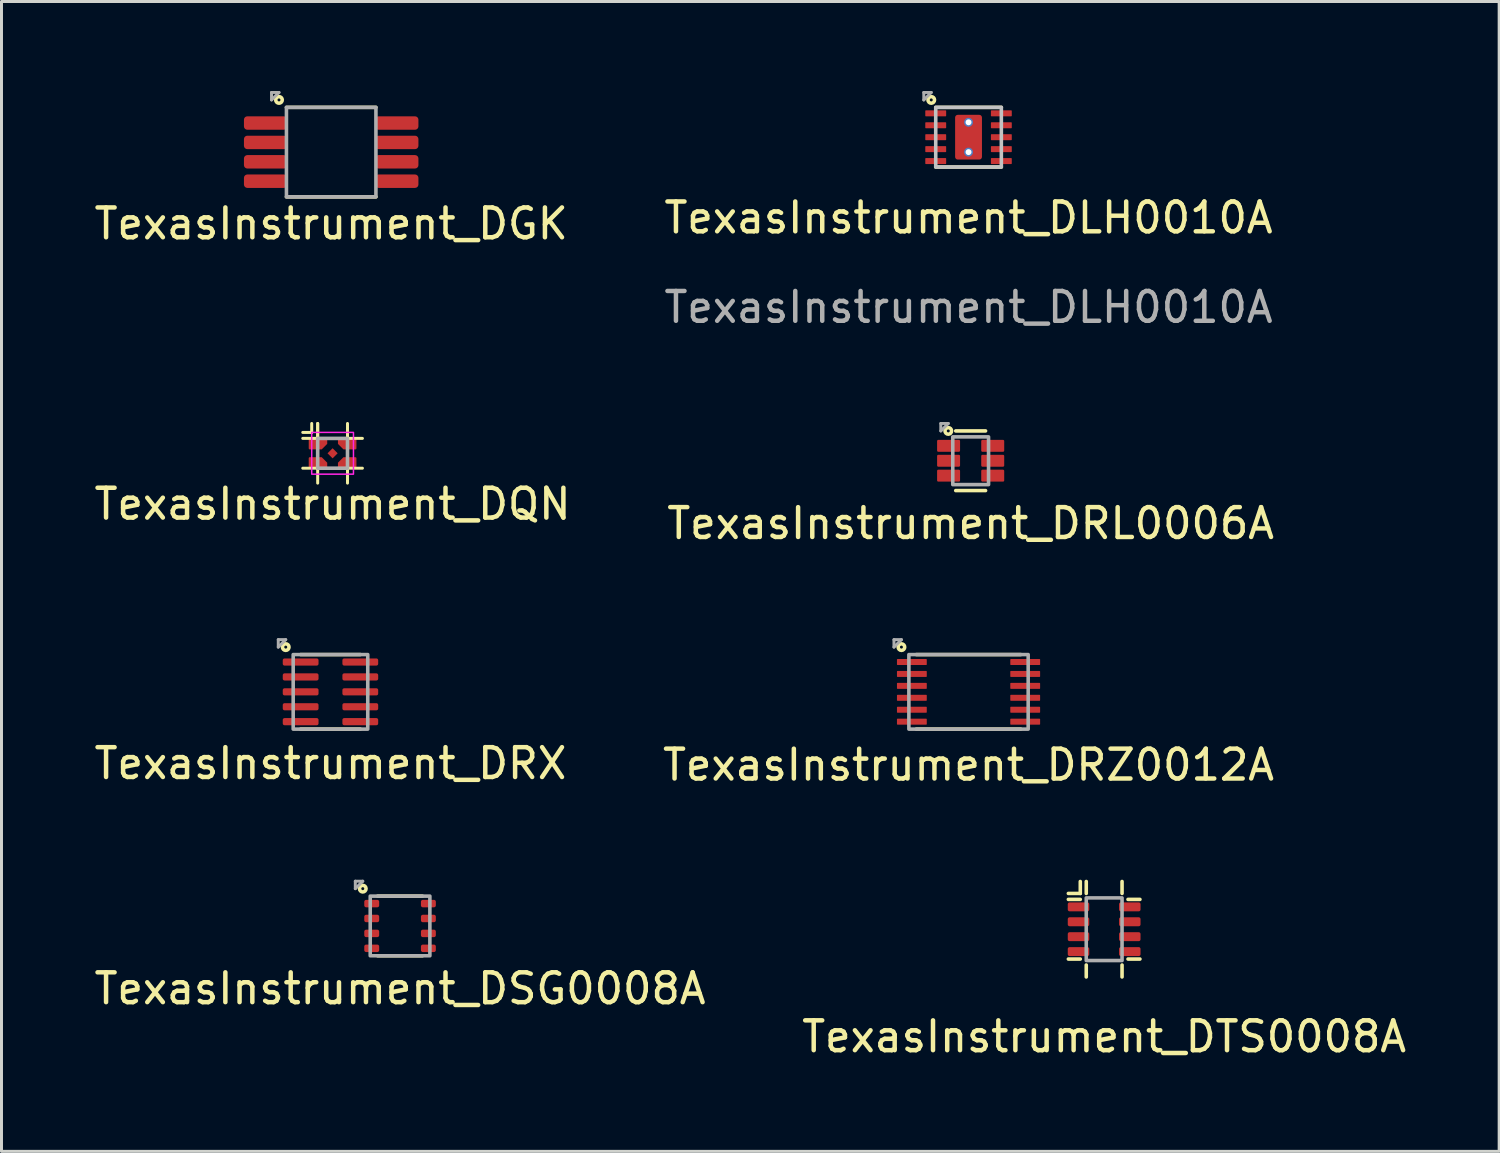
<source format=kicad_pcb>
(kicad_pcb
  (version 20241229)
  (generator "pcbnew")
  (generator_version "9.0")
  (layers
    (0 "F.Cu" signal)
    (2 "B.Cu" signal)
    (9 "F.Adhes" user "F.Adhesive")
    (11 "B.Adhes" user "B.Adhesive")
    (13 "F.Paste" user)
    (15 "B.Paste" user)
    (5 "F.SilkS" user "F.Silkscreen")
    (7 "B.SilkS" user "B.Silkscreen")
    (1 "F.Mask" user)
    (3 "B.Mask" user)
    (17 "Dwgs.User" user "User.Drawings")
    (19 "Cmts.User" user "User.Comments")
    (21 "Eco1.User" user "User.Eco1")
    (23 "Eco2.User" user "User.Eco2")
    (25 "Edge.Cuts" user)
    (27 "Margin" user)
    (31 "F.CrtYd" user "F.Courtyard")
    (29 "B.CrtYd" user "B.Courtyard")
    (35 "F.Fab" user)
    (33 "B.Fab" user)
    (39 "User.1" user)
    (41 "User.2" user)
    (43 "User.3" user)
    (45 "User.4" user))
  (footprint "TexasInstrument_DSG0008A"
    (layer "F.Cu")
    (at 10.363 27.995)
    (property "Reference" "TexasInstrument_DSG0008A" (at 0 2.1 0) (unlocked yes) (layer "F.SilkS") (effects (font (size 1 1) (thickness 0.15))))
    (attr smd)
    (fp_line (start -0.75 -1) (end 0.75 -1) (stroke (width 0.12) (type solid)) (layer "F.SilkS"))
    (fp_line (start -0.75 1) (end 0.75 1) (stroke (width 0.12) (type solid)) (layer "F.SilkS"))
    (fp_circle (center -1.25 -1.25) (end -1.2 -1.25) (stroke (width 0.12) (type solid)) (fill no) (layer "F.SilkS"))
    (fp_line (start -1.5 -1.5) (end -1.5 -1.25) (stroke (width 0.1) (type solid)) (layer "F.Fab"))
    (fp_line (start -1.5 -1.25) (end -1.25 -1.5) (stroke (width 0.1) (type solid)) (layer "F.Fab"))
    (fp_line (start -1.25 -1.5) (end -1.5 -1.5) (stroke (width 0.1) (type solid)) (layer "F.Fab"))
    (fp_rect (start -1 -1) (end 1 1) (stroke (width 0.12) (type solid)) (fill no) (layer "F.Fab"))
    (pad "1" smd roundrect (at -0.95 -0.75) (size 0.5 0.25) (layers "F.Cu" "F.Mask" "F.Paste") (roundrect_rratio 0.25))
    (pad "2" smd roundrect (at -0.95 -0.25) (size 0.5 0.25) (layers "F.Cu" "F.Mask" "F.Paste") (roundrect_rratio 0.25))
    (pad "3" smd roundrect (at -0.95 0.25) (size 0.5 0.25) (layers "F.Cu" "F.Mask" "F.Paste") (roundrect_rratio 0.25))
    (pad "4" smd roundrect (at -0.95 0.75) (size 0.5 0.25) (layers "F.Cu" "F.Mask" "F.Paste") (roundrect_rratio 0.25))
    (pad "5" smd roundrect (at 0.95 0.75) (size 0.5 0.25) (layers "F.Cu" "F.Mask" "F.Paste") (roundrect_rratio 0.25))
    (pad "6" smd roundrect (at 0.95 0.25) (size 0.5 0.25) (layers "F.Cu" "F.Mask" "F.Paste") (roundrect_rratio 0.25))
    (pad "7" smd roundrect (at 0.95 -0.25) (size 0.5 0.25) (layers "F.Cu" "F.Mask" "F.Paste") (roundrect_rratio 0.25))
    (pad "8" smd roundrect (at 0.95 -0.75) (size 0.5 0.25) (layers "F.Cu" "F.Mask" "F.Paste") (roundrect_rratio 0.25)))
  (footprint "TexasInstrument_DRL0006A"
    (layer "F.Cu")
    (at 29.494 12.398)
    (property "Reference" "TexasInstrument_DRL0006A" (at 0 2.1 0) (unlocked yes) (layer "F.SilkS") (effects (font (size 1 1) (thickness 0.15))))
    (attr smd)
    (fp_line (start -0.5 -1) (end 0.5 -1) (stroke (width 0.12) (type solid)) (layer "F.SilkS"))
    (fp_line (start -0.5 1) (end 0.5 1) (stroke (width 0.12) (type solid)) (layer "F.SilkS"))
    (fp_circle (center -0.75 -1) (end -0.7 -1) (stroke (width 0.12) (type solid)) (fill no) (layer "F.SilkS"))
    (fp_line (start -1 -1.25) (end -1 -1) (stroke (width 0.1) (type solid)) (layer "F.Fab"))
    (fp_line (start -1 -1) (end -0.75 -1.25) (stroke (width 0.1) (type solid)) (layer "F.Fab"))
    (fp_line (start -0.75 -1.25) (end -1 -1.25) (stroke (width 0.1) (type solid)) (layer "F.Fab"))
    (fp_rect (start -0.6 -0.8) (end 0.6 0.8) (stroke (width 0.12) (type solid)) (fill no) (layer "F.Fab"))
    (pad "1" smd roundrect (at -0.74 -0.5) (size 0.77 0.4) (layers "F.Cu" "F.Mask" "F.Paste") (roundrect_rratio 0.1))
    (pad "2" smd roundrect (at -0.74 0) (size 0.77 0.4) (layers "F.Cu" "F.Mask" "F.Paste") (roundrect_rratio 0.1))
    (pad "3" smd roundrect (at -0.74 0.5) (size 0.77 0.4) (layers "F.Cu" "F.Mask" "F.Paste") (roundrect_rratio 0.1))
    (pad "4" smd roundrect (at 0.74 0.5) (size 0.77 0.4) (layers "F.Cu" "F.Mask" "F.Paste") (roundrect_rratio 0.1))
    (pad "5" smd roundrect (at 0.74 0) (size 0.77 0.4) (layers "F.Cu" "F.Mask" "F.Paste") (roundrect_rratio 0.1))
    (pad "6" smd roundrect (at 0.74 -0.5) (size 0.77 0.4) (layers "F.Cu" "F.Mask" "F.Paste") (roundrect_rratio 0.1)))
  (footprint "TexasInstrument_DRX"
    (layer "F.Cu")
    (at 8.03 20.146)
    (property "Reference" "TexasInstrument_DRX" (at 0 2.4 0) (unlocked yes) (layer "F.SilkS") (effects (font (size 1 1) (thickness 0.15))))
    (attr smd)
    (fp_line (start -1 -1.25) (end 1 -1.25) (stroke (width 0.12) (type solid)) (layer "F.SilkS"))
    (fp_line (start -1 1.25) (end 1 1.25) (stroke (width 0.12) (type solid)) (layer "F.SilkS"))
    (fp_circle (center -1.5 -1.5) (end -1.45 -1.5) (stroke (width 0.12) (type solid)) (fill no) (layer "F.SilkS"))
    (fp_line (start -1.75 -1.75) (end -1.75 -1.5) (stroke (width 0.1) (type solid)) (layer "F.Fab"))
    (fp_line (start -1.75 -1.75) (end -1.5 -1.75) (stroke (width 0.1) (type solid)) (layer "F.Fab"))
    (fp_line (start -1.5 -1.75) (end -1.75 -1.5) (stroke (width 0.1) (type solid)) (layer "F.Fab"))
    (fp_rect (start -1.25 -1.25) (end 1.25 1.25) (stroke (width 0.12) (type solid)) (fill no) (layer "F.Fab"))
    (pad "1" smd roundrect (at -1 -1) (size 1.2 0.24) (layers "F.Cu" "F.Mask" "F.Paste") (roundrect_rratio 0.25))
    (pad "2" smd roundrect (at -1 -0.5) (size 1.2 0.24) (layers "F.Cu" "F.Mask" "F.Paste") (roundrect_rratio 0.25))
    (pad "3" smd roundrect (at -1 0) (size 1.2 0.24) (layers "F.Cu" "F.Mask" "F.Paste") (roundrect_rratio 0.25))
    (pad "4" smd roundrect (at -1 0.5) (size 1.2 0.24) (layers "F.Cu" "F.Mask" "F.Paste") (roundrect_rratio 0.25))
    (pad "5" smd roundrect (at -1 1) (size 1.2 0.24) (layers "F.Cu" "F.Mask" "F.Paste") (roundrect_rratio 0.25))
    (pad "6" smd roundrect (at 1 1) (size 1.2 0.24) (layers "F.Cu" "F.Mask" "F.Paste") (roundrect_rratio 0.25))
    (pad "7" smd roundrect (at 1 0.5) (size 1.2 0.24) (layers "F.Cu" "F.Mask" "F.Paste") (roundrect_rratio 0.25))
    (pad "8" smd roundrect (at 1 0) (size 1.2 0.24) (layers "F.Cu" "F.Mask" "F.Paste") (roundrect_rratio 0.25))
    (pad "9" smd roundrect (at 1 -0.5) (size 1.2 0.24) (layers "F.Cu" "F.Mask" "F.Paste") (roundrect_rratio 0.25))
    (pad "10" smd roundrect (at 1 -1) (size 1.2 0.24) (layers "F.Cu" "F.Mask" "F.Paste") (roundrect_rratio 0.25)))
  (footprint "TexasInstrument_DLH0010A"
    (layer "F.Cu")
    (at 29.423 1.55)
    (property "Reference" "TexasInstrument_DLH0010A" (at 0 2.7 0) (unlocked yes) (layer "F.SilkS") (effects (font (size 1 1) (thickness 0.15))))
    (attr smd)
    (fp_line (start -1.1 -1) (end 1.1 -1) (stroke (width 0.12) (type solid)) (layer "F.SilkS"))
    (fp_line (start 1.1 1) (end -1.1 1) (stroke (width 0.12) (type solid)) (layer "F.SilkS"))
    (fp_circle (center -1.25 -1.25) (end -1.2 -1.25) (stroke (width 0.12) (type solid)) (fill no) (layer "F.SilkS"))
    (fp_rect (start -1.1 -1) (end 1.1 1) (stroke (width 0.12) (type solid)) (fill no) (layer "Dwgs.User"))
    (fp_line (start -1.5 -1.5) (end -1.5 -1.25) (stroke (width 0.1) (type solid)) (layer "F.Fab"))
    (fp_line (start -1.5 -1.25) (end -1.25 -1.5) (stroke (width 0.1) (type solid)) (layer "F.Fab"))
    (fp_line (start -1.25 -1.5) (end -1.5 -1.5) (stroke (width 0.1) (type solid)) (layer "F.Fab"))
    (fp_text user "${REFERENCE}" (at 0 5.7 0) (unlocked yes) (layer "F.Fab") (effects (font (size 1 1) (thickness 0.15))))
    (pad "1" smd roundrect (at -1.1 -0.8) (size 0.7 0.2) (layers "F.Cu" "F.Mask" "F.Paste") (roundrect_rratio 0.1))
    (pad "2" smd roundrect (at -1.1 -0.4) (size 0.7 0.2) (layers "F.Cu" "F.Mask" "F.Paste") (roundrect_rratio 0.1))
    (pad "3" smd roundrect (at -1.1 0) (size 0.7 0.2) (layers "F.Cu" "F.Mask" "F.Paste") (roundrect_rratio 0.1))
    (pad "4" smd roundrect (at -1.1 0.4) (size 0.7 0.2) (layers "F.Cu" "F.Mask" "F.Paste") (roundrect_rratio 0.1))
    (pad "5" smd roundrect (at -1.1 0.8) (size 0.7 0.2) (layers "F.Cu" "F.Mask" "F.Paste") (roundrect_rratio 0.1))
    (pad "6" smd roundrect (at 1.1 0.8) (size 0.7 0.2) (layers "F.Cu" "F.Mask" "F.Paste") (roundrect_rratio 0.1))
    (pad "7" smd roundrect (at 1.1 0.4) (size 0.7 0.2) (layers "F.Cu" "F.Mask" "F.Paste") (roundrect_rratio 0.1))
    (pad "8" smd roundrect (at 1.1 0) (size 0.7 0.2) (layers "F.Cu" "F.Mask" "F.Paste") (roundrect_rratio 0.1))
    (pad "9" smd roundrect (at 1.1 -0.4) (size 0.7 0.2) (layers "F.Cu" "F.Mask" "F.Paste") (roundrect_rratio 0.1))
    (pad "10" smd roundrect (at 1.1 -0.8) (size 0.7 0.2) (layers "F.Cu" "F.Mask" "F.Paste") (roundrect_rratio 0.1))
    (pad "11" thru_hole circle (at 0 -0.5) (size 0.3 0.3) (drill 0.2) (layers "*.Cu" "*.Mask"))
    (pad "11" smd roundrect (at 0 0) (size 0.9 1.5) (layers "F.Cu" "F.Mask" "F.Paste") (roundrect_rratio 0.1))
    (pad "11" thru_hole circle (at 0 0.5) (size 0.3 0.3) (drill 0.2) (layers "*.Cu" "*.Mask")))
  (footprint "TexasInstrument_DGK"
    (layer "F.Cu")
    (at 8.054 2.05)
    (property "Reference" "TexasInstrument_DGK" (at 0 2.4 0) (unlocked yes) (layer "F.SilkS") (effects (font (size 1 1) (thickness 0.15))))
    (attr smd)
    (fp_line (start -1.5 -1.5) (end 1.5 -1.5) (stroke (width 0.12) (type solid)) (layer "F.SilkS"))
    (fp_line (start -1.5 1.5) (end 1.5 1.5) (stroke (width 0.12) (type solid)) (layer "F.SilkS"))
    (fp_circle (center -1.75 -1.75) (end -1.7 -1.75) (stroke (width 0.12) (type solid)) (fill no) (layer "F.SilkS"))
    (fp_line (start -2 -2) (end -2 -1.75) (stroke (width 0.1) (type solid)) (layer "F.Fab"))
    (fp_line (start -2 -1.75) (end -1.75 -2) (stroke (width 0.1) (type solid)) (layer "F.Fab"))
    (fp_line (start -1.75 -2) (end -2 -2) (stroke (width 0.1) (type solid)) (layer "F.Fab"))
    (fp_rect (start -1.5 -1.5) (end 1.5 1.5) (stroke (width 0.12) (type solid)) (fill no) (layer "F.Fab"))
    (pad "1" smd roundrect (at -2.2 -0.975) (size 1.45 0.45) (layers "F.Cu" "F.Mask" "F.Paste") (roundrect_rratio 0.25))
    (pad "2" smd roundrect (at -2.2 -0.325) (size 1.45 0.45) (layers "F.Cu" "F.Mask" "F.Paste") (roundrect_rratio 0.25))
    (pad "3" smd roundrect (at -2.2 0.325) (size 1.45 0.45) (layers "F.Cu" "F.Mask" "F.Paste") (roundrect_rratio 0.25))
    (pad "4" smd roundrect (at -2.2 0.975) (size 1.45 0.45) (layers "F.Cu" "F.Mask" "F.Paste") (roundrect_rratio 0.25))
    (pad "5" smd roundrect (at 2.2 0.975) (size 1.45 0.45) (layers "F.Cu" "F.Mask" "F.Paste") (roundrect_rratio 0.25))
    (pad "6" smd roundrect (at 2.2 0.325) (size 1.45 0.45) (layers "F.Cu" "F.Mask" "F.Paste") (roundrect_rratio 0.25))
    (pad "7" smd roundrect (at 2.2 -0.325) (size 1.45 0.45) (layers "F.Cu" "F.Mask" "F.Paste") (roundrect_rratio 0.25))
    (pad "8" smd roundrect (at 2.2 -0.975) (size 1.45 0.45) (layers "F.Cu" "F.Mask" "F.Paste") (roundrect_rratio 0.25)))
  (footprint "TexasInstrument_DRZ0012A"
    (layer "F.Cu")
    (at 29.423 20.146)
    (property "Reference" "TexasInstrument_DRZ0012A" (at 0 2.45 0) (unlocked yes) (layer "F.SilkS") (effects (font (size 1 1) (thickness 0.15))))
    (attr smd)
    (fp_line (start -1.75 -1.25) (end 1.75 -1.25) (stroke (width 0.12) (type solid)) (layer "F.SilkS"))
    (fp_line (start -1.75 1.25) (end 1.75 1.25) (stroke (width 0.12) (type solid)) (layer "F.SilkS"))
    (fp_circle (center -2.25 -1.5) (end -2.2 -1.5) (stroke (width 0.12) (type solid)) (fill no) (layer "F.SilkS"))
    (fp_line (start -2.5 -1.75) (end -2.5 -1.5) (stroke (width 0.1) (type solid)) (layer "F.Fab"))
    (fp_line (start -2.5 -1.5) (end -2.25 -1.75) (stroke (width 0.1) (type solid)) (layer "F.Fab"))
    (fp_line (start -2.25 -1.75) (end -2.5 -1.75) (stroke (width 0.1) (type solid)) (layer "F.Fab"))
    (fp_rect (start 2 -1.25) (end -2 1.25) (stroke (width 0.12) (type solid)) (fill no) (layer "F.Fab"))
    (pad "1" smd roundrect (at -1.9 -1) (size 1 0.2) (layers "F.Cu" "F.Mask" "F.Paste") (roundrect_rratio 0.1))
    (pad "2" smd roundrect (at -1.9 -0.6) (size 1 0.2) (layers "F.Cu" "F.Mask" "F.Paste") (roundrect_rratio 0.1))
    (pad "3" smd roundrect (at -1.9 -0.2) (size 1 0.2) (layers "F.Cu" "F.Mask" "F.Paste") (roundrect_rratio 0.1))
    (pad "4" smd roundrect (at -1.9 0.2) (size 1 0.2) (layers "F.Cu" "F.Mask" "F.Paste") (roundrect_rratio 0.1))
    (pad "5" smd roundrect (at -1.9 0.6) (size 1 0.2) (layers "F.Cu" "F.Mask" "F.Paste") (roundrect_rratio 0.1))
    (pad "6" smd roundrect (at -1.9 1) (size 1 0.2) (layers "F.Cu" "F.Mask" "F.Paste") (roundrect_rratio 0.1))
    (pad "7" smd roundrect (at 1.9 1) (size 1 0.2) (layers "F.Cu" "F.Mask" "F.Paste") (roundrect_rratio 0.1))
    (pad "8" smd roundrect (at 1.9 0.6) (size 1 0.2) (layers "F.Cu" "F.Mask" "F.Paste") (roundrect_rratio 0.1))
    (pad "9" smd roundrect (at 1.9 0.2) (size 1 0.2) (layers "F.Cu" "F.Mask" "F.Paste") (roundrect_rratio 0.1))
    (pad "10" smd roundrect (at 1.9 -0.2) (size 1 0.2) (layers "F.Cu" "F.Mask" "F.Paste") (roundrect_rratio 0.1))
    (pad "11" smd roundrect (at 1.9 -0.6) (size 1 0.2) (layers "F.Cu" "F.Mask" "F.Paste") (roundrect_rratio 0.1))
    (pad "12" smd roundrect (at 1.9 -1) (size 1 0.2) (layers "F.Cu" "F.Mask" "F.Paste") (roundrect_rratio 0.1)))
  (footprint "TexasInstrument_DQN"
    (layer "F.Cu")
    (at 8.101 12.148)
    (property "Reference" "TexasInstrument_DQN" (at 0 1.7 0) (unlocked yes) (layer "F.SilkS") (effects (font (size 1 1) (thickness 0.15))))
    (attr smd)
    (fp_line (start -1 -0.7) (end -0.7 -0.7) (stroke (width 0.1) (type default)) (layer "F.SilkS"))
    (fp_line (start -0.7 -0.7) (end -0.7 -1) (stroke (width 0.1) (type default)) (layer "F.SilkS"))
    (fp_line (start -0.5 -1) (end -0.5 -0.5) (stroke (width 0.1) (type default)) (layer "F.SilkS"))
    (fp_line (start -0.5 -0.5) (end -1 -0.5) (stroke (width 0.1) (type default)) (layer "F.SilkS"))
    (fp_line (start -0.5 -0.5) (end -0.5 -1) (stroke (width 0.1) (type default)) (layer "F.SilkS"))
    (fp_line (start -0.5 0.5) (end -1 0.5) (stroke (width 0.1) (type default)) (layer "F.SilkS"))
    (fp_line (start -0.5 0.5) (end -0.5 1) (stroke (width 0.1) (type default)) (layer "F.SilkS"))
    (fp_line (start 0.5 -0.5) (end 0.5 -1) (stroke (width 0.1) (type default)) (layer "F.SilkS"))
    (fp_line (start 0.5 -0.5) (end 1 -0.5) (stroke (width 0.1) (type default)) (layer "F.SilkS"))
    (fp_line (start 0.5 0.5) (end 1 0.5) (stroke (width 0.1) (type default)) (layer "F.SilkS"))
    (fp_line (start 0.5 1) (end 0.5 0.5) (stroke (width 0.1) (type default)) (layer "F.SilkS"))
    (fp_rect (start -0.7 -0.7) (end 0.7 0.7) (stroke (width 0.05) (type default)) (fill no) (layer "F.CrtYd"))
    (fp_rect (start -0.5 -0.5) (end 0.5 0.5) (stroke (width 0.12) (type solid)) (fill no) (layer "F.Fab"))
    (pad "" smd rect (at 0 0 45) (size 0.24 0.24) (layers "F.Cu" "F.Mask" "F.Paste"))
    (pad "1" smd roundrect (at -0.49 -0.315) (size 0.62 0.37) (layers "F.Cu" "F.Mask" "F.Paste") (roundrect_rratio 0.1) (chamfer_ratio 0.5) (chamfer bottom_right))
    (pad "2" smd roundrect (at -0.49 0.315) (size 0.62 0.37) (layers "F.Cu" "F.Mask" "F.Paste") (roundrect_rratio 0.1) (chamfer_ratio 0.5) (chamfer top_right))
    (pad "3" smd roundrect (at 0.49 0.315) (size 0.62 0.37) (layers "F.Cu" "F.Mask" "F.Paste") (roundrect_rratio 0.1) (chamfer_ratio 0.5) (chamfer top_left))
    (pad "4" smd roundrect (at 0.49 -0.315) (size 0.62 0.37) (layers "F.Cu" "F.Mask" "F.Paste") (roundrect_rratio 0.1) (chamfer_ratio 0.5) (chamfer bottom_left)))
  (footprint "TexasInstrument_DTS0008A"
    (layer "F.Cu")
    (at 33.97 28.105)
    (property "Reference" "TexasInstrument_DTS0008A" (at 0 3.6 0) (unlocked yes) (layer "F.SilkS") (effects (font (size 1 1) (thickness 0.15))))
    (attr smd)
    (fp_line (start -1.2 -1.2) (end -0.8 -1.2) (stroke (width 0.12) (type solid)) (layer "F.SilkS"))
    (fp_line (start -0.8 -1.2) (end -0.8 -1.6) (stroke (width 0.12) (type solid)) (layer "F.SilkS"))
    (fp_line (start -0.8 -1) (end -1.2 -1) (stroke (width 0.12) (type solid)) (layer "F.SilkS"))
    (fp_line (start -0.8 1) (end -1.2 1) (stroke (width 0.12) (type solid)) (layer "F.SilkS"))
    (fp_line (start -0.6 -1.2) (end -0.6 -1.6) (stroke (width 0.12) (type solid)) (layer "F.SilkS"))
    (fp_line (start -0.6 1.2) (end -0.6 1.6) (stroke (width 0.12) (type solid)) (layer "F.SilkS"))
    (fp_line (start 0.6 -1.2) (end 0.6 -1.6) (stroke (width 0.12) (type solid)) (layer "F.SilkS"))
    (fp_line (start 0.6 1.2) (end 0.6 1.6) (stroke (width 0.12) (type solid)) (layer "F.SilkS"))
    (fp_line (start 0.8 -1) (end 1.2 -1) (stroke (width 0.12) (type solid)) (layer "F.SilkS"))
    (fp_line (start 0.8 1) (end 1.2 1) (stroke (width 0.12) (type solid)) (layer "F.SilkS"))
    (fp_rect (start -0.6 -1.05) (end 0.6 1.05) (stroke (width 0.12) (type solid)) (fill no) (layer "F.Fab"))
    (pad "1" smd roundrect (at -0.86 -0.75) (size 0.72 0.3) (layers "F.Cu" "F.Mask" "F.Paste") (roundrect_rratio 0.2))
    (pad "2" smd roundrect (at -0.86 -0.25) (size 0.72 0.3) (layers "F.Cu" "F.Mask" "F.Paste") (roundrect_rratio 0.2))
    (pad "3" smd roundrect (at -0.86 0.25) (size 0.72 0.3) (layers "F.Cu" "F.Mask" "F.Paste") (roundrect_rratio 0.2))
    (pad "4" smd roundrect (at -0.86 0.75) (size 0.72 0.3) (layers "F.Cu" "F.Mask" "F.Paste") (roundrect_rratio 0.2))
    (pad "5" smd roundrect (at 0.86 0.75) (size 0.72 0.3) (layers "F.Cu" "F.Mask" "F.Paste") (roundrect_rratio 0.2))
    (pad "6" smd roundrect (at 0.86 0.25) (size 0.72 0.3) (layers "F.Cu" "F.Mask" "F.Paste") (roundrect_rratio 0.2))
    (pad "7" smd roundrect (at 0.86 -0.25) (size 0.72 0.3) (layers "F.Cu" "F.Mask" "F.Paste") (roundrect_rratio 0.2))
    (pad "8" smd roundrect (at 0.86 -0.75) (size 0.72 0.3) (layers "F.Cu" "F.Mask" "F.Paste") (roundrect_rratio 0.2)))
  (gr_rect
    (start -3 -3)
    (end 47.214 35.553)
    (stroke (width 0.1) (type default))
    (fill no)
    (layer "Edge.Cuts")))
</source>
